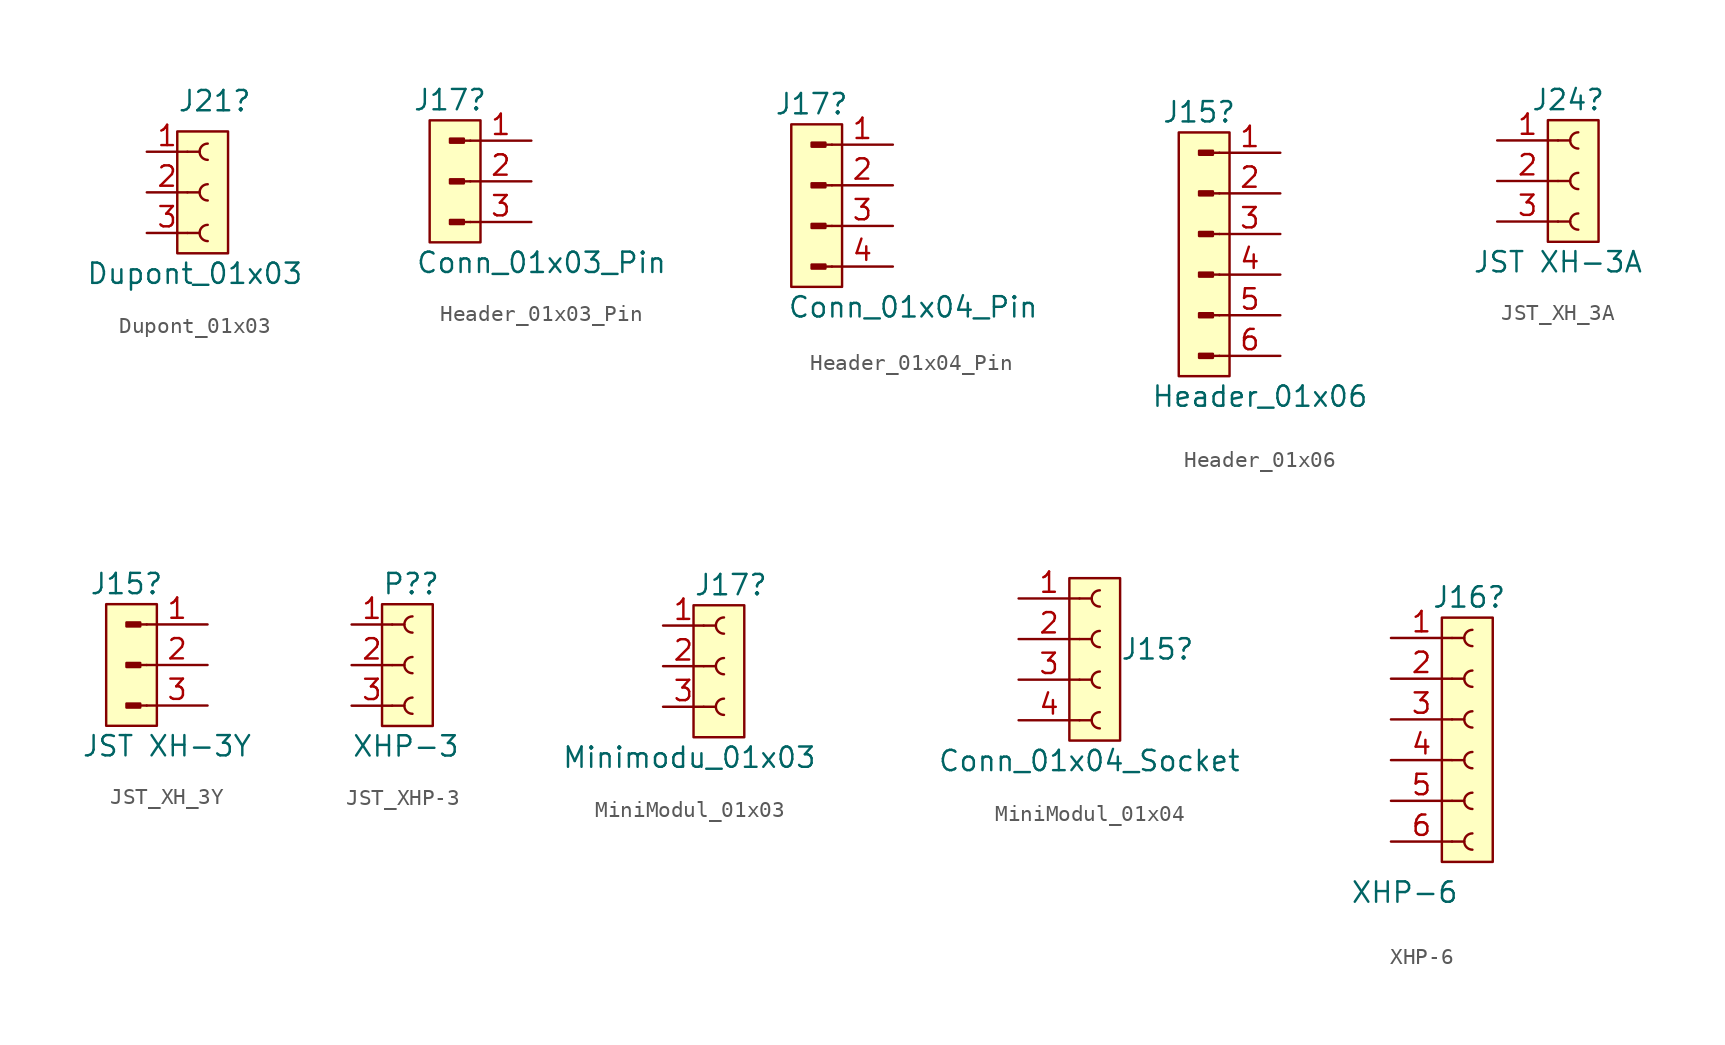
<source format=kicad_sym>
(kicad_symbol_lib
  (version 20220914)
  (generator kicad_symbol_editor)
  (symbol "Dupont_01x03"
    (pin_names
      (offset 1.016) hide)
    (property "Reference" "J21"
      (at -1.905 5.715 0)
      (effects (font (size 1.27 1.27)) (justify left)))
    (property "Value" "Dupont_01x03"
      (at -7.62 -5.08 0)
      (effects (font (size 1.27 1.27)) (justify left)))
    (property "ki_locked" ""
      (at 0 0 0)
      (effects (font (size 1.27 1.27))))
    (symbol "Dupont_01x03_1_1"
      (rectangle (start -1.905 3.81) (end 1.27 -3.81) (stroke (width 0) (type default)) (fill (type background)))
      (arc (start 0 -2.032) (mid -0.5058 -2.54) (end 0 -3.048) (stroke (width 0.1524) (type default)) (fill (type none)))
      (polyline (pts (xy -1.27 -2.54) (xy -0.508 -2.54)) (stroke (width 0.152) (type default)) (fill (type none)))
      (polyline (pts (xy -1.27 0) (xy -0.508 0)) (stroke (width 0.152) (type default)) (fill (type none)))
      (polyline (pts (xy -1.27 2.54) (xy -0.508 2.54)) (stroke (width 0.152) (type default)) (fill (type none)))
      (arc (start 0 0.508) (mid -0.5058 0) (end 0 -0.508) (stroke (width 0.1524) (type default)) (fill (type none)))
      (arc (start 0 3.048) (mid -0.5058 2.54) (end 0 2.032) (stroke (width 0.1524) (type default)) (fill (type none)))
      (pin passive line (at -3.81 2.54 0) (length 2.54) (name "Pin_1" (effects (font (size 1.27 1.27)))) (number "1" (effects (font (size 1.27 1.27)))))
      (pin passive line (at -3.81 0 0) (length 2.54) (name "Pin_2" (effects (font (size 1.27 1.27)))) (number "2" (effects (font (size 1.27 1.27)))))
      (pin passive line (at -3.81 -2.54 0) (length 2.54) (name "Pin_3" (effects (font (size 1.27 1.27)))) (number "3" (effects (font (size 1.27 1.27)))))))
  (symbol "Header_01x03_Pin"
    (pin_names
      (offset 1.016) hide)
    (property "Reference" "J17"
      (at 0 5.08 0)
      (effects (font (size 1.27 1.27))))
    (property "Value" "Conn_01x03_Pin"
      (at 5.715 -5.08 0)
      (effects (font (size 1.27 1.27))))
    (property "ki_locked" ""
      (at 0 0 0)
      (effects (font (size 1.27 1.27))))
    (symbol "Header_01x03_Pin_1_1"
      (rectangle (start -1.27 3.81) (end 1.905 -3.81) (stroke (width 0) (type default)) (fill (type background)))
      (polyline (pts (xy 1.27 -2.54) (xy 0.864 -2.54)) (stroke (width 0.152) (type default)) (fill (type none)))
      (polyline (pts (xy 1.27 0) (xy 0.864 0)) (stroke (width 0.152) (type default)) (fill (type none)))
      (polyline (pts (xy 1.27 2.54) (xy 0.864 2.54)) (stroke (width 0.152) (type default)) (fill (type none)))
      (rectangle (start 0.864 -2.413) (end 0 -2.667) (stroke (width 0.152) (type default)) (fill (type outline)))
      (rectangle (start 0.864 0.127) (end 0 -0.127) (stroke (width 0.152) (type default)) (fill (type outline)))
      (rectangle (start 0.864 2.667) (end 0 2.413) (stroke (width 0.152) (type default)) (fill (type outline)))
      (pin passive line (at 5.08 2.54 180) (length 3.81) (name "Pin_1" (effects (font (size 1.27 1.27)))) (number "1" (effects (font (size 1.27 1.27)))))
      (pin passive line (at 5.08 0 180) (length 3.81) (name "Pin_2" (effects (font (size 1.27 1.27)))) (number "2" (effects (font (size 1.27 1.27)))))
      (pin passive line (at 5.08 -2.54 180) (length 3.81) (name "Pin_3" (effects (font (size 1.27 1.27)))) (number "3" (effects (font (size 1.27 1.27)))))))
  (symbol "Header_01x04_Pin"
    (pin_names
      (offset 1.016) hide)
    (property "Reference" "J17"
      (at 0 5.08 0)
      (effects (font (size 1.27 1.27))))
    (property "Value" "Conn_01x04_Pin"
      (at 6.35 -7.62 0)
      (effects (font (size 1.27 1.27))))
    (property "ki_locked" ""
      (at 0 0 0)
      (effects (font (size 1.27 1.27))))
    (symbol "Header_01x04_Pin_1_1"
      (rectangle (start -1.27 3.81) (end 1.905 -6.35) (stroke (width 0) (type default)) (fill (type background)))
      (rectangle (start 0 -4.953) (end 0.864 -5.207) (stroke (width 0.152) (type default)) (fill (type outline)))
      (polyline (pts (xy 1.27 -5.08) (xy 0.864 -5.08)) (stroke (width 0.152) (type default)) (fill (type none)))
      (polyline (pts (xy 1.27 -2.54) (xy 0.864 -2.54)) (stroke (width 0.152) (type default)) (fill (type none)))
      (polyline (pts (xy 1.27 0) (xy 0.864 0)) (stroke (width 0.152) (type default)) (fill (type none)))
      (polyline (pts (xy 1.27 2.54) (xy 0.864 2.54)) (stroke (width 0.152) (type default)) (fill (type none)))
      (rectangle (start 0.864 -2.413) (end 0 -2.667) (stroke (width 0.152) (type default)) (fill (type outline)))
      (rectangle (start 0.864 0.127) (end 0 -0.127) (stroke (width 0.152) (type default)) (fill (type outline)))
      (rectangle (start 0.864 2.667) (end 0 2.413) (stroke (width 0.152) (type default)) (fill (type outline)))
      (pin passive line (at 5.08 2.54 180) (length 3.81) (name "Pin_1" (effects (font (size 1.27 1.27)))) (number "1" (effects (font (size 1.27 1.27)))))
      (pin passive line (at 5.08 0 180) (length 3.81) (name "Pin_2" (effects (font (size 1.27 1.27)))) (number "2" (effects (font (size 1.27 1.27)))))
      (pin passive line (at 5.08 -2.54 180) (length 3.81) (name "Pin_3" (effects (font (size 1.27 1.27)))) (number "3" (effects (font (size 1.27 1.27)))))
      (pin passive line (at 5.08 -5.08 180) (length 3.81) (name "Pin_4" (effects (font (size 1.27 1.27)))) (number "4" (effects (font (size 1.27 1.27)))))))
  (symbol "Header_01x06"
    (pin_names
      (offset 1.016) hide)
    (property "Reference" "J15"
      (at 0 7.62 0)
      (effects (font (size 1.27 1.27))))
    (property "Value" "Header_01x06"
      (at 3.81 -10.16 0)
      (effects (font (size 1.27 1.27))))
    (property "ki_locked" ""
      (at 0 0 0)
      (effects (font (size 1.27 1.27))))
    (symbol "Header_01x06_1_1"
      (rectangle (start -1.27 6.35) (end 1.905 -8.89) (stroke (width 0) (type default)) (fill (type background)))
      (polyline (pts (xy 1.27 -7.62) (xy 0.864 -7.62)) (stroke (width 0.152) (type default)) (fill (type none)))
      (polyline (pts (xy 1.27 -5.08) (xy 0.864 -5.08)) (stroke (width 0.152) (type default)) (fill (type none)))
      (polyline (pts (xy 1.27 -2.54) (xy 0.864 -2.54)) (stroke (width 0.152) (type default)) (fill (type none)))
      (polyline (pts (xy 1.27 0) (xy 0.864 0)) (stroke (width 0.152) (type default)) (fill (type none)))
      (polyline (pts (xy 1.27 2.54) (xy 0.864 2.54)) (stroke (width 0.152) (type default)) (fill (type none)))
      (polyline (pts (xy 1.27 5.08) (xy 0.864 5.08)) (stroke (width 0.152) (type default)) (fill (type none)))
      (rectangle (start 0.864 -7.493) (end 0 -7.747) (stroke (width 0.152) (type default)) (fill (type outline)))
      (rectangle (start 0.864 -4.953) (end 0 -5.207) (stroke (width 0.152) (type default)) (fill (type outline)))
      (rectangle (start 0.864 -2.413) (end 0 -2.667) (stroke (width 0.152) (type default)) (fill (type outline)))
      (rectangle (start 0.864 0.127) (end 0 -0.127) (stroke (width 0.152) (type default)) (fill (type outline)))
      (rectangle (start 0.864 2.667) (end 0 2.413) (stroke (width 0.152) (type default)) (fill (type outline)))
      (rectangle (start 0.864 5.207) (end 0 4.953) (stroke (width 0.152) (type default)) (fill (type outline)))
      (pin passive line (at 5.08 5.08 180) (length 3.81) (name "Pin_1" (effects (font (size 1.27 1.27)))) (number "1" (effects (font (size 1.27 1.27)))))
      (pin passive line (at 5.08 2.54 180) (length 3.81) (name "Pin_2" (effects (font (size 1.27 1.27)))) (number "2" (effects (font (size 1.27 1.27)))))
      (pin passive line (at 5.08 0 180) (length 3.81) (name "Pin_3" (effects (font (size 1.27 1.27)))) (number "3" (effects (font (size 1.27 1.27)))))
      (pin passive line (at 5.08 -2.54 180) (length 3.81) (name "Pin_4" (effects (font (size 1.27 1.27)))) (number "4" (effects (font (size 1.27 1.27)))))
      (pin passive line (at 5.08 -5.08 180) (length 3.81) (name "Pin_5" (effects (font (size 1.27 1.27)))) (number "5" (effects (font (size 1.27 1.27)))))
      (pin passive line (at 5.08 -7.62 180) (length 3.81) (name "Pin_6" (effects (font (size 1.27 1.27)))) (number "6" (effects (font (size 1.27 1.27)))))))
  (symbol "JST_XH_3A"
    (pin_names
      (offset 1.016) hide)
    (property "Reference" "J24"
      (at -0.635 5.08 0)
      (effects (font (size 1.27 1.27))))
    (property "Value" "JST XH-3A"
      (at -1.27 -5.08 0)
      (effects (font (size 1.27 1.27))))
    (property "ki_locked" ""
      (at 0 0 0)
      (effects (font (size 1.27 1.27))))
    (symbol "JST_XH_3A_1_1"
      (rectangle (start -1.905 3.81) (end 1.27 -3.81) (stroke (width 0) (type default)) (fill (type background)))
      (arc (start 0 -2.032) (mid -0.5058 -2.54) (end 0 -3.048) (stroke (width 0.1524) (type default)) (fill (type none)))
      (polyline (pts (xy -1.27 -2.54) (xy -0.508 -2.54)) (stroke (width 0.152) (type default)) (fill (type none)))
      (polyline (pts (xy -1.27 0) (xy -0.508 0)) (stroke (width 0.152) (type default)) (fill (type none)))
      (polyline (pts (xy -1.27 2.54) (xy -0.508 2.54)) (stroke (width 0.152) (type default)) (fill (type none)))
      (arc (start 0 0.508) (mid -0.5058 0) (end 0 -0.508) (stroke (width 0.1524) (type default)) (fill (type none)))
      (arc (start 0 3.048) (mid -0.5058 2.54) (end 0 2.032) (stroke (width 0.1524) (type default)) (fill (type none)))
      (pin passive line (at -5.08 2.54 0) (length 3.81) (name "Pin_1" (effects (font (size 1.27 1.27)))) (number "1" (effects (font (size 1.27 1.27)))))
      (pin passive line (at -5.08 0 0) (length 3.81) (name "Pin_2" (effects (font (size 1.27 1.27)))) (number "2" (effects (font (size 1.27 1.27)))))
      (pin passive line (at -5.08 -2.54 0) (length 3.81) (name "Pin_3" (effects (font (size 1.27 1.27)))) (number "3" (effects (font (size 1.27 1.27)))))))
  (symbol "JST_XH_3Y"
    (pin_names
      (offset 1.016) hide)
    (property "Reference" "J15"
      (at 0 5.08 0)
      (effects (font (size 1.27 1.27))))
    (property "Value" "JST XH-3Y"
      (at 2.54 -5.08 0)
      (effects (font (size 1.27 1.27))))
    (property "ki_locked" ""
      (at 0 0 0)
      (effects (font (size 1.27 1.27))))
    (symbol "JST_XH_3Y_1_1"
      (rectangle (start -1.27 3.81) (end 1.905 -3.81) (stroke (width 0) (type default)) (fill (type background)))
      (polyline (pts (xy 1.27 -2.54) (xy 0.864 -2.54)) (stroke (width 0.152) (type default)) (fill (type none)))
      (polyline (pts (xy 1.27 0) (xy 0.864 0)) (stroke (width 0.152) (type default)) (fill (type none)))
      (polyline (pts (xy 1.27 2.54) (xy 0.864 2.54)) (stroke (width 0.152) (type default)) (fill (type none)))
      (rectangle (start 0.864 -2.413) (end 0 -2.667) (stroke (width 0.152) (type default)) (fill (type outline)))
      (rectangle (start 0.864 0.127) (end 0 -0.127) (stroke (width 0.152) (type default)) (fill (type outline)))
      (rectangle (start 0.864 2.667) (end 0 2.413) (stroke (width 0.152) (type default)) (fill (type outline)))
      (pin passive line (at 5.08 2.54 180) (length 3.81) (name "Pin_1" (effects (font (size 1.27 1.27)))) (number "1" (effects (font (size 1.27 1.27)))))
      (pin passive line (at 5.08 0 180) (length 3.81) (name "Pin_2" (effects (font (size 1.27 1.27)))) (number "2" (effects (font (size 1.27 1.27)))))
      (pin passive line (at 5.08 -2.54 180) (length 3.81) (name "Pin_3" (effects (font (size 1.27 1.27)))) (number "3" (effects (font (size 1.27 1.27)))))))
  (symbol "JST_XHP-3"
    (pin_names
      (offset 1.016) hide)
    (property "Reference" "P?"
      (at -1.905 5.08 0)
      (do_not_autoplace)
      (effects (font (size 1.27 1.27)) (justify left)))
    (property "Value" "XHP-3"
      (at -3.81 -5.08 0)
      (effects (font (size 1.27 1.27)) (justify left)))
    (symbol "JST_XHP-3_1_1"
      (rectangle (start -1.905 3.81) (end 1.27 -3.81) (stroke (width 0) (type default)) (fill (type background)))
      (arc (start 0 -2.032) (mid -0.5058 -2.54) (end 0 -3.048) (stroke (width 0.1524) (type default)) (fill (type none)))
      (polyline (pts (xy -1.27 -2.54) (xy -0.508 -2.54)) (stroke (width 0.152) (type default)) (fill (type none)))
      (polyline (pts (xy -1.27 0) (xy -0.508 0)) (stroke (width 0.152) (type default)) (fill (type none)))
      (polyline (pts (xy -1.27 2.54) (xy -0.508 2.54)) (stroke (width 0.152) (type default)) (fill (type none)))
      (arc (start 0 0.508) (mid -0.5058 0) (end 0 -0.508) (stroke (width 0.1524) (type default)) (fill (type none)))
      (arc (start 0 3.048) (mid -0.5058 2.54) (end 0 2.032) (stroke (width 0.1524) (type default)) (fill (type none)))
      (pin passive line (at -3.81 2.54 0) (length 2.54) (name "Pin_1" (effects (font (size 1.27 1.27)))) (number "1" (effects (font (size 1.27 1.27)))))
      (pin passive line (at -3.81 0 0) (length 2.54) (name "Pin_2" (effects (font (size 1.27 1.27)))) (number "2" (effects (font (size 1.27 1.27)))))
      (pin passive line (at -3.81 -2.54 0) (length 2.54) (name "Pin_3" (effects (font (size 1.27 1.27)))) (number "3" (effects (font (size 1.27 1.27)))))))
  (symbol "MiniModul_01x03"
    (pin_names
      (offset 1.016) hide)
    (property "Reference" "J17"
      (at -1.905 5.08 0)
      (effects (font (size 1.27 1.27)) (justify left)))
    (property "Value" "Minimodu_01x03"
      (at -10.16 -5.715 0)
      (effects (font (size 1.27 1.27)) (justify left)))
    (property "ki_locked" ""
      (at 0 0 0)
      (effects (font (size 1.27 1.27))))
    (symbol "MiniModul_01x03_1_1"
      (rectangle (start -1.905 3.81) (end 1.27 -4.445) (stroke (width 0) (type default)) (fill (type background)))
      (arc (start 0 -2.032) (mid -0.5058 -2.54) (end 0 -3.048) (stroke (width 0.1524) (type default)) (fill (type none)))
      (polyline (pts (xy -1.27 -2.54) (xy -0.508 -2.54)) (stroke (width 0.152) (type default)) (fill (type none)))
      (polyline (pts (xy -1.27 0) (xy -0.508 0)) (stroke (width 0.152) (type default)) (fill (type none)))
      (polyline (pts (xy -1.27 2.54) (xy -0.508 2.54)) (stroke (width 0.152) (type default)) (fill (type none)))
      (arc (start 0 0.508) (mid -0.5058 0) (end 0 -0.508) (stroke (width 0.1524) (type default)) (fill (type none)))
      (arc (start 0 3.048) (mid -0.5058 2.54) (end 0 2.032) (stroke (width 0.1524) (type default)) (fill (type none)))
      (pin passive line (at -3.81 2.54 0) (length 2.54) (name "Pin_1" (effects (font (size 1.27 1.27)))) (number "1" (effects (font (size 1.27 1.27)))))
      (pin passive line (at -3.81 0 0) (length 2.54) (name "Pin_2" (effects (font (size 1.27 1.27)))) (number "2" (effects (font (size 1.27 1.27)))))
      (pin passive line (at -3.81 -2.54 0) (length 2.54) (name "Pin_3" (effects (font (size 1.27 1.27)))) (number "3" (effects (font (size 1.27 1.27)))))))
  (symbol "MiniModul_01x04"
    (pin_names
      (offset 1.016) hide)
    (property "Reference" "J15"
      (at 1.27 -0.635 0)
      (effects (font (size 1.27 1.27)) (justify left)))
    (property "Value" "Conn_01x04_Socket"
      (at -10.16 -7.62 0)
      (effects (font (size 1.27 1.27)) (justify left)))
    (property "ki_locked" ""
      (at 0 0 0)
      (effects (font (size 1.27 1.27))))
    (symbol "MiniModul_01x04_1_1"
      (rectangle (start -1.905 3.81) (end 1.27 -6.35) (stroke (width 0) (type default)) (fill (type background)))
      (arc (start 0 -4.572) (mid -0.5058 -5.08) (end 0 -5.588) (stroke (width 0.1524) (type default)) (fill (type none)))
      (arc (start 0 -2.032) (mid -0.5058 -2.54) (end 0 -3.048) (stroke (width 0.1524) (type default)) (fill (type none)))
      (polyline (pts (xy -1.27 -5.08) (xy -0.508 -5.08)) (stroke (width 0.152) (type default)) (fill (type none)))
      (polyline (pts (xy -1.27 -2.54) (xy -0.508 -2.54)) (stroke (width 0.152) (type default)) (fill (type none)))
      (polyline (pts (xy -1.27 0) (xy -0.508 0)) (stroke (width 0.152) (type default)) (fill (type none)))
      (polyline (pts (xy -1.27 2.54) (xy -0.508 2.54)) (stroke (width 0.152) (type default)) (fill (type none)))
      (arc (start 0 0.508) (mid -0.5058 0) (end 0 -0.508) (stroke (width 0.1524) (type default)) (fill (type none)))
      (arc (start 0 3.048) (mid -0.5058 2.54) (end 0 2.032) (stroke (width 0.1524) (type default)) (fill (type none)))
      (pin passive line (at -5.08 2.54 0) (length 3.81) (name "Pin_1" (effects (font (size 1.27 1.27)))) (number "1" (effects (font (size 1.27 1.27)))))
      (pin passive line (at -5.08 0 0) (length 3.81) (name "Pin_2" (effects (font (size 1.27 1.27)))) (number "2" (effects (font (size 1.27 1.27)))))
      (pin passive line (at -5.08 -2.54 0) (length 3.81) (name "Pin_3" (effects (font (size 1.27 1.27)))) (number "3" (effects (font (size 1.27 1.27)))))
      (pin passive line (at -5.08 -5.08 0) (length 3.81) (name "Pin_4" (effects (font (size 1.27 1.27)))) (number "4" (effects (font (size 1.27 1.27)))))))
  (symbol "XHP-6"
    (pin_names
      (offset 1.016) hide)
    (property "Reference" "J16"
      (at -2.54 5.08 0)
      (effects (font (size 1.27 1.27)) (justify left)))
    (property "Value" "XHP-6"
      (at -7.62 -13.335 0)
      (effects (font (size 1.27 1.27)) (justify left)))
    (symbol "XHP-6_1_1"
      (rectangle (start -1.905 3.81) (end 1.27 -11.43) (stroke (width 0) (type default)) (fill (type background)))
      (arc (start 0 -9.652) (mid -0.5058 -10.16) (end 0 -10.668) (stroke (width 0.1524) (type default)) (fill (type none)))
      (arc (start 0 -7.112) (mid -0.5058 -7.62) (end 0 -8.128) (stroke (width 0.1524) (type default)) (fill (type none)))
      (arc (start 0 -4.572) (mid -0.5058 -5.08) (end 0 -5.588) (stroke (width 0.1524) (type default)) (fill (type none)))
      (arc (start 0 -2.032) (mid -0.5058 -2.54) (end 0 -3.048) (stroke (width 0.1524) (type default)) (fill (type none)))
      (polyline (pts (xy -1.27 -10.16) (xy -0.508 -10.16)) (stroke (width 0.152) (type default)) (fill (type none)))
      (polyline (pts (xy -1.27 -7.62) (xy -0.508 -7.62)) (stroke (width 0.152) (type default)) (fill (type none)))
      (polyline (pts (xy -1.27 -5.08) (xy -0.508 -5.08)) (stroke (width 0.152) (type default)) (fill (type none)))
      (polyline (pts (xy -1.27 -2.54) (xy -0.508 -2.54)) (stroke (width 0.152) (type default)) (fill (type none)))
      (polyline (pts (xy -1.27 0) (xy -0.508 0)) (stroke (width 0.152) (type default)) (fill (type none)))
      (polyline (pts (xy -1.27 2.54) (xy -0.508 2.54)) (stroke (width 0.152) (type default)) (fill (type none)))
      (arc (start 0 0.508) (mid -0.5058 0) (end 0 -0.508) (stroke (width 0.1524) (type default)) (fill (type none)))
      (arc (start 0 3.048) (mid -0.5058 2.54) (end 0 2.032) (stroke (width 0.1524) (type default)) (fill (type none)))
      (pin passive line (at -5.08 2.54 0) (length 3.81) (name "Pin_1" (effects (font (size 1.27 1.27)))) (number "1" (effects (font (size 1.27 1.27)))))
      (pin passive line (at -5.08 0 0) (length 3.81) (name "Pin_2" (effects (font (size 1.27 1.27)))) (number "2" (effects (font (size 1.27 1.27)))))
      (pin passive line (at -5.08 -2.54 0) (length 3.81) (name "Pin_3" (effects (font (size 1.27 1.27)))) (number "3" (effects (font (size 1.27 1.27)))))
      (pin passive line (at -5.08 -5.08 0) (length 3.81) (name "Pin_4" (effects (font (size 1.27 1.27)))) (number "4" (effects (font (size 1.27 1.27)))))
      (pin passive line (at -5.08 -7.62 0) (length 3.81) (name "Pin_5" (effects (font (size 1.27 1.27)))) (number "5" (effects (font (size 1.27 1.27)))))
      (pin passive line (at -5.08 -10.16 0) (length 3.81) (name "Pin_6" (effects (font (size 1.27 1.27)))) (number "6" (effects (font (size 1.27 1.27))))))))
</source>
